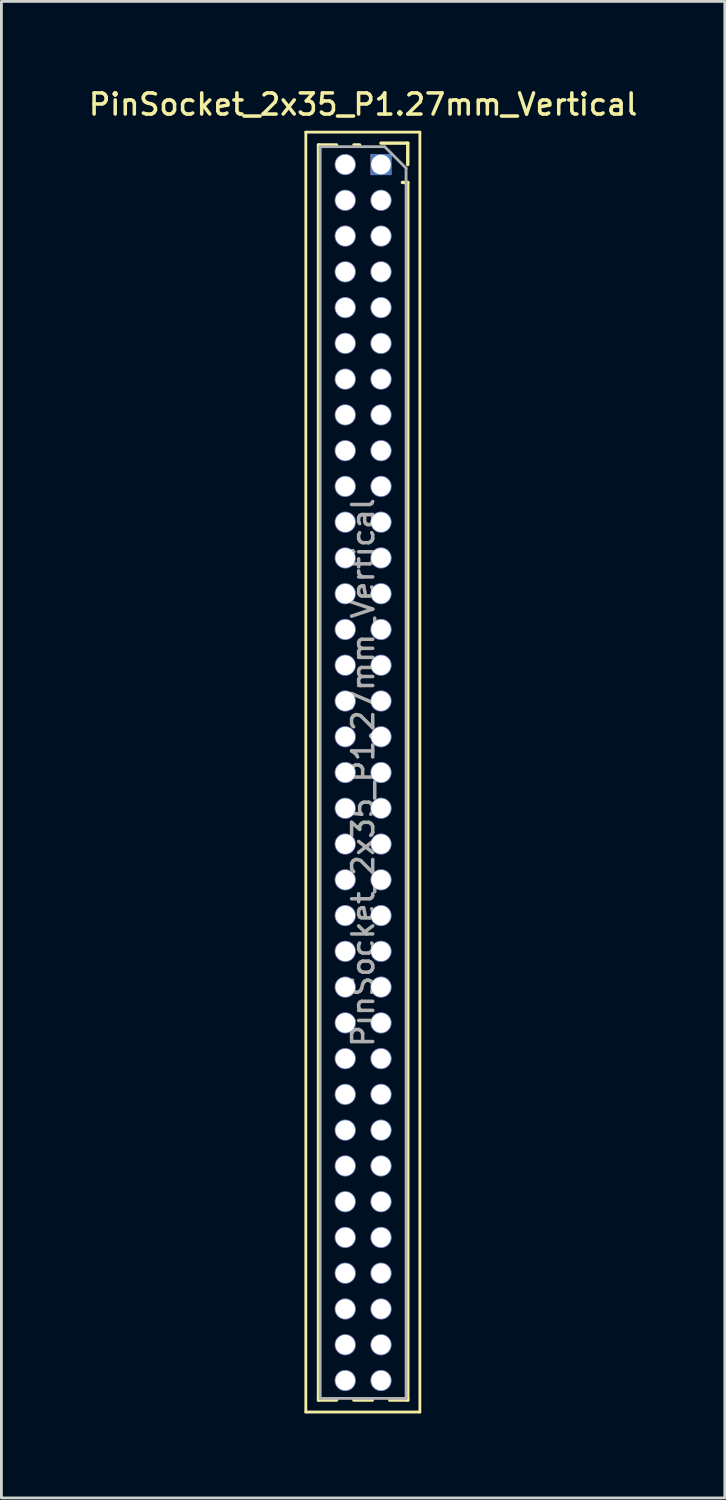
<source format=kicad_pcb>
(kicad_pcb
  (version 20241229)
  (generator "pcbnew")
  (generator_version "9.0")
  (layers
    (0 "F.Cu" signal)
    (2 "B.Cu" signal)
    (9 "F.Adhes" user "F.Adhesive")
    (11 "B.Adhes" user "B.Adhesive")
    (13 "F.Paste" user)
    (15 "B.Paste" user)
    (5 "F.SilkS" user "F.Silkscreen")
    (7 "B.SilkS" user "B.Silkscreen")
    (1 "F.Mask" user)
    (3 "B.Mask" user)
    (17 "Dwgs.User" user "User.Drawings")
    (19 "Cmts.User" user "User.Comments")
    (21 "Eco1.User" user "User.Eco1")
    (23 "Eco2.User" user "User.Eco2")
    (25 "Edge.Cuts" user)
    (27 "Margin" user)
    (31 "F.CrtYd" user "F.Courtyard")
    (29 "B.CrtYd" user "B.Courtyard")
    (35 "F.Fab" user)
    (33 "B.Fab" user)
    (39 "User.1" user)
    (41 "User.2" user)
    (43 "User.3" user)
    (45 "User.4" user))
  (footprint "PinSocket_2x35_P1.27mm_Vertical"
    (layer "F.Cu")
    (at 10.48 2.793)
    (property "Reference" "PinSocket_2x35_P1.27mm_Vertical" (at -0.635 -2.135 0) (layer "F.SilkS") (effects (font (size 0.75 0.75) (thickness 0.125))))
    (attr through_hole)
    (fp_line (start -2.67 -1.15) (end 1.38 -1.15) (stroke (width 0.1) (type solid)) (layer "F.SilkS"))
    (fp_line (start -2.67 44.3) (end -2.67 -1.15) (stroke (width 0.1) (type solid)) (layer "F.SilkS"))
    (fp_line (start -2.22 -0.695) (end -2.22 43.875) (stroke (width 0.12) (type solid)) (layer "F.SilkS"))
    (fp_line (start -2.22 -0.695) (end -1.578 -0.695) (stroke (width 0.12) (type solid)) (layer "F.SilkS"))
    (fp_line (start -2.22 43.875) (end -1.578 43.875) (stroke (width 0.12) (type solid)) (layer "F.SilkS"))
    (fp_line (start -0.962 -0.695) (end -0.76 -0.695) (stroke (width 0.12) (type solid)) (layer "F.SilkS"))
    (fp_line (start -0.962 43.875) (end -0.308 43.875) (stroke (width 0.12) (type solid)) (layer "F.SilkS"))
    (fp_line (start 0 -0.76) (end 0.95 -0.76) (stroke (width 0.12) (type solid)) (layer "F.SilkS"))
    (fp_line (start 0.308 43.875) (end 0.95 43.875) (stroke (width 0.12) (type solid)) (layer "F.SilkS"))
    (fp_line (start 0.76 0.635) (end 0.95 0.635) (stroke (width 0.12) (type solid)) (layer "F.SilkS"))
    (fp_line (start 0.95 -0.76) (end 0.95 0) (stroke (width 0.12) (type solid)) (layer "F.SilkS"))
    (fp_line (start 0.95 0.635) (end 0.95 43.875) (stroke (width 0.12) (type solid)) (layer "F.SilkS"))
    (fp_line (start 1.38 -1.15) (end 1.38 44.3) (stroke (width 0.1) (type solid)) (layer "F.SilkS"))
    (fp_line (start 1.38 44.3) (end -2.67 44.3) (stroke (width 0.1) (type solid)) (layer "F.SilkS"))
    (fp_line (start -2.16 -0.635) (end 0.128 -0.635) (stroke (width 0.1) (type solid)) (layer "F.Fab"))
    (fp_line (start -2.16 43.815) (end -2.16 -0.635) (stroke (width 0.1) (type solid)) (layer "F.Fab"))
    (fp_line (start 0.128 -0.635) (end 0.89 0.128) (stroke (width 0.1) (type solid)) (layer "F.Fab"))
    (fp_line (start 0.89 0.128) (end 0.89 43.815) (stroke (width 0.1) (type solid)) (layer "F.Fab"))
    (fp_line (start 0.89 43.815) (end -2.16 43.815) (stroke (width 0.1) (type solid)) (layer "F.Fab"))
    (fp_text user "${REFERENCE}" (at -0.635 21.59 90) (layer "F.Fab") (effects (font (size 0.75 0.75) (thickness 0.125))))
    (pad "1" thru_hole rect (at 0 0) (size 0.75 0.75) (drill 0.7) (layers "*.Cu" "*.Mask"))
    (pad "2" thru_hole oval (at -1.27 0) (size 0.75 0.75) (drill 0.7) (layers "*.Cu" "*.Mask"))
    (pad "3" thru_hole oval (at 0 1.27) (size 0.75 0.75) (drill 0.7) (layers "*.Cu" "*.Mask"))
    (pad "4" thru_hole oval (at -1.27 1.27) (size 0.75 0.75) (drill 0.7) (layers "*.Cu" "*.Mask"))
    (pad "5" thru_hole oval (at 0 2.54) (size 0.75 0.75) (drill 0.7) (layers "*.Cu" "*.Mask"))
    (pad "6" thru_hole oval (at -1.27 2.54) (size 0.75 0.75) (drill 0.7) (layers "*.Cu" "*.Mask"))
    (pad "7" thru_hole oval (at 0 3.81) (size 0.75 0.75) (drill 0.7) (layers "*.Cu" "*.Mask"))
    (pad "8" thru_hole oval (at -1.27 3.81) (size 0.75 0.75) (drill 0.7) (layers "*.Cu" "*.Mask"))
    (pad "9" thru_hole oval (at 0 5.08) (size 0.75 0.75) (drill 0.7) (layers "*.Cu" "*.Mask"))
    (pad "10" thru_hole oval (at -1.27 5.08) (size 0.75 0.75) (drill 0.7) (layers "*.Cu" "*.Mask"))
    (pad "11" thru_hole oval (at 0 6.35) (size 0.75 0.75) (drill 0.7) (layers "*.Cu" "*.Mask"))
    (pad "12" thru_hole oval (at -1.27 6.35) (size 0.75 0.75) (drill 0.7) (layers "*.Cu" "*.Mask"))
    (pad "13" thru_hole oval (at 0 7.62) (size 0.75 0.75) (drill 0.7) (layers "*.Cu" "*.Mask"))
    (pad "14" thru_hole oval (at -1.27 7.62) (size 0.75 0.75) (drill 0.7) (layers "*.Cu" "*.Mask"))
    (pad "15" thru_hole oval (at 0 8.89) (size 0.75 0.75) (drill 0.7) (layers "*.Cu" "*.Mask"))
    (pad "16" thru_hole oval (at -1.27 8.89) (size 0.75 0.75) (drill 0.7) (layers "*.Cu" "*.Mask"))
    (pad "17" thru_hole oval (at 0 10.16) (size 0.75 0.75) (drill 0.7) (layers "*.Cu" "*.Mask"))
    (pad "18" thru_hole oval (at -1.27 10.16) (size 0.75 0.75) (drill 0.7) (layers "*.Cu" "*.Mask"))
    (pad "19" thru_hole oval (at 0 11.43) (size 0.75 0.75) (drill 0.7) (layers "*.Cu" "*.Mask"))
    (pad "20" thru_hole oval (at -1.27 11.43) (size 0.75 0.75) (drill 0.7) (layers "*.Cu" "*.Mask"))
    (pad "21" thru_hole oval (at 0 12.7) (size 0.75 0.75) (drill 0.7) (layers "*.Cu" "*.Mask"))
    (pad "22" thru_hole oval (at -1.27 12.7) (size 0.75 0.75) (drill 0.7) (layers "*.Cu" "*.Mask"))
    (pad "23" thru_hole oval (at 0 13.97) (size 0.75 0.75) (drill 0.7) (layers "*.Cu" "*.Mask"))
    (pad "24" thru_hole oval (at -1.27 13.97) (size 0.75 0.75) (drill 0.7) (layers "*.Cu" "*.Mask"))
    (pad "25" thru_hole oval (at 0 15.24) (size 0.75 0.75) (drill 0.7) (layers "*.Cu" "*.Mask"))
    (pad "26" thru_hole oval (at -1.27 15.24) (size 0.75 0.75) (drill 0.7) (layers "*.Cu" "*.Mask"))
    (pad "27" thru_hole oval (at 0 16.51) (size 0.75 0.75) (drill 0.7) (layers "*.Cu" "*.Mask"))
    (pad "28" thru_hole oval (at -1.27 16.51) (size 0.75 0.75) (drill 0.7) (layers "*.Cu" "*.Mask"))
    (pad "29" thru_hole oval (at 0 17.78) (size 0.75 0.75) (drill 0.7) (layers "*.Cu" "*.Mask"))
    (pad "30" thru_hole oval (at -1.27 17.78) (size 0.75 0.75) (drill 0.7) (layers "*.Cu" "*.Mask"))
    (pad "31" thru_hole oval (at 0 19.05) (size 0.75 0.75) (drill 0.7) (layers "*.Cu" "*.Mask"))
    (pad "32" thru_hole oval (at -1.27 19.05) (size 0.75 0.75) (drill 0.7) (layers "*.Cu" "*.Mask"))
    (pad "33" thru_hole oval (at 0 20.32) (size 0.75 0.75) (drill 0.7) (layers "*.Cu" "*.Mask"))
    (pad "34" thru_hole oval (at -1.27 20.32) (size 0.75 0.75) (drill 0.7) (layers "*.Cu" "*.Mask"))
    (pad "35" thru_hole oval (at 0 21.59) (size 0.75 0.75) (drill 0.7) (layers "*.Cu" "*.Mask"))
    (pad "36" thru_hole oval (at -1.27 21.59) (size 0.75 0.75) (drill 0.7) (layers "*.Cu" "*.Mask"))
    (pad "37" thru_hole oval (at 0 22.86) (size 0.75 0.75) (drill 0.7) (layers "*.Cu" "*.Mask"))
    (pad "38" thru_hole oval (at -1.27 22.86) (size 0.75 0.75) (drill 0.7) (layers "*.Cu" "*.Mask"))
    (pad "39" thru_hole oval (at 0 24.13) (size 0.75 0.75) (drill 0.7) (layers "*.Cu" "*.Mask"))
    (pad "40" thru_hole oval (at -1.27 24.13) (size 0.75 0.75) (drill 0.7) (layers "*.Cu" "*.Mask"))
    (pad "41" thru_hole oval (at 0 25.4) (size 0.75 0.75) (drill 0.7) (layers "*.Cu" "*.Mask"))
    (pad "42" thru_hole oval (at -1.27 25.4) (size 0.75 0.75) (drill 0.7) (layers "*.Cu" "*.Mask"))
    (pad "43" thru_hole oval (at 0 26.67) (size 0.75 0.75) (drill 0.7) (layers "*.Cu" "*.Mask"))
    (pad "44" thru_hole oval (at -1.27 26.67) (size 0.75 0.75) (drill 0.7) (layers "*.Cu" "*.Mask"))
    (pad "45" thru_hole oval (at 0 27.94) (size 0.75 0.75) (drill 0.7) (layers "*.Cu" "*.Mask"))
    (pad "46" thru_hole oval (at -1.27 27.94) (size 0.75 0.75) (drill 0.7) (layers "*.Cu" "*.Mask"))
    (pad "47" thru_hole oval (at 0 29.21) (size 0.75 0.75) (drill 0.7) (layers "*.Cu" "*.Mask"))
    (pad "48" thru_hole oval (at -1.27 29.21) (size 0.75 0.75) (drill 0.7) (layers "*.Cu" "*.Mask"))
    (pad "49" thru_hole oval (at 0 30.48) (size 0.75 0.75) (drill 0.7) (layers "*.Cu" "*.Mask"))
    (pad "50" thru_hole oval (at -1.27 30.48) (size 0.75 0.75) (drill 0.7) (layers "*.Cu" "*.Mask"))
    (pad "51" thru_hole oval (at 0 31.75) (size 0.75 0.75) (drill 0.7) (layers "*.Cu" "*.Mask"))
    (pad "52" thru_hole oval (at -1.27 31.75) (size 0.75 0.75) (drill 0.7) (layers "*.Cu" "*.Mask"))
    (pad "53" thru_hole oval (at 0 33.02) (size 0.75 0.75) (drill 0.7) (layers "*.Cu" "*.Mask"))
    (pad "54" thru_hole oval (at -1.27 33.02) (size 0.75 0.75) (drill 0.7) (layers "*.Cu" "*.Mask"))
    (pad "55" thru_hole oval (at 0 34.29) (size 0.75 0.75) (drill 0.7) (layers "*.Cu" "*.Mask"))
    (pad "56" thru_hole oval (at -1.27 34.29) (size 0.75 0.75) (drill 0.7) (layers "*.Cu" "*.Mask"))
    (pad "57" thru_hole oval (at 0 35.56) (size 0.75 0.75) (drill 0.7) (layers "*.Cu" "*.Mask"))
    (pad "58" thru_hole oval (at -1.27 35.56) (size 0.75 0.75) (drill 0.7) (layers "*.Cu" "*.Mask"))
    (pad "59" thru_hole oval (at 0 36.83) (size 0.75 0.75) (drill 0.7) (layers "*.Cu" "*.Mask"))
    (pad "60" thru_hole oval (at -1.27 36.83) (size 0.75 0.75) (drill 0.7) (layers "*.Cu" "*.Mask"))
    (pad "61" thru_hole oval (at 0 38.1) (size 0.75 0.75) (drill 0.7) (layers "*.Cu" "*.Mask"))
    (pad "62" thru_hole oval (at -1.27 38.1) (size 0.75 0.75) (drill 0.7) (layers "*.Cu" "*.Mask"))
    (pad "63" thru_hole oval (at 0 39.37) (size 0.75 0.75) (drill 0.7) (layers "*.Cu" "*.Mask"))
    (pad "64" thru_hole oval (at -1.27 39.37) (size 0.75 0.75) (drill 0.7) (layers "*.Cu" "*.Mask"))
    (pad "65" thru_hole oval (at 0 40.64) (size 0.75 0.75) (drill 0.7) (layers "*.Cu" "*.Mask"))
    (pad "66" thru_hole oval (at -1.27 40.64) (size 0.75 0.75) (drill 0.7) (layers "*.Cu" "*.Mask"))
    (pad "67" thru_hole oval (at 0 41.91) (size 0.75 0.75) (drill 0.7) (layers "*.Cu" "*.Mask"))
    (pad "68" thru_hole oval (at -1.27 41.91) (size 0.75 0.75) (drill 0.7) (layers "*.Cu" "*.Mask"))
    (pad "69" thru_hole oval (at 0 43.18) (size 0.75 0.75) (drill 0.7) (layers "*.Cu" "*.Mask"))
    (pad "70" thru_hole oval (at -1.27 43.18) (size 0.75 0.75) (drill 0.7) (layers "*.Cu" "*.Mask")))
  (gr_rect
    (start -3 -3)
    (end 22.689 50.143)
    (stroke (width 0.1) (type default))
    (fill no)
    (layer "Edge.Cuts")))
</source>
